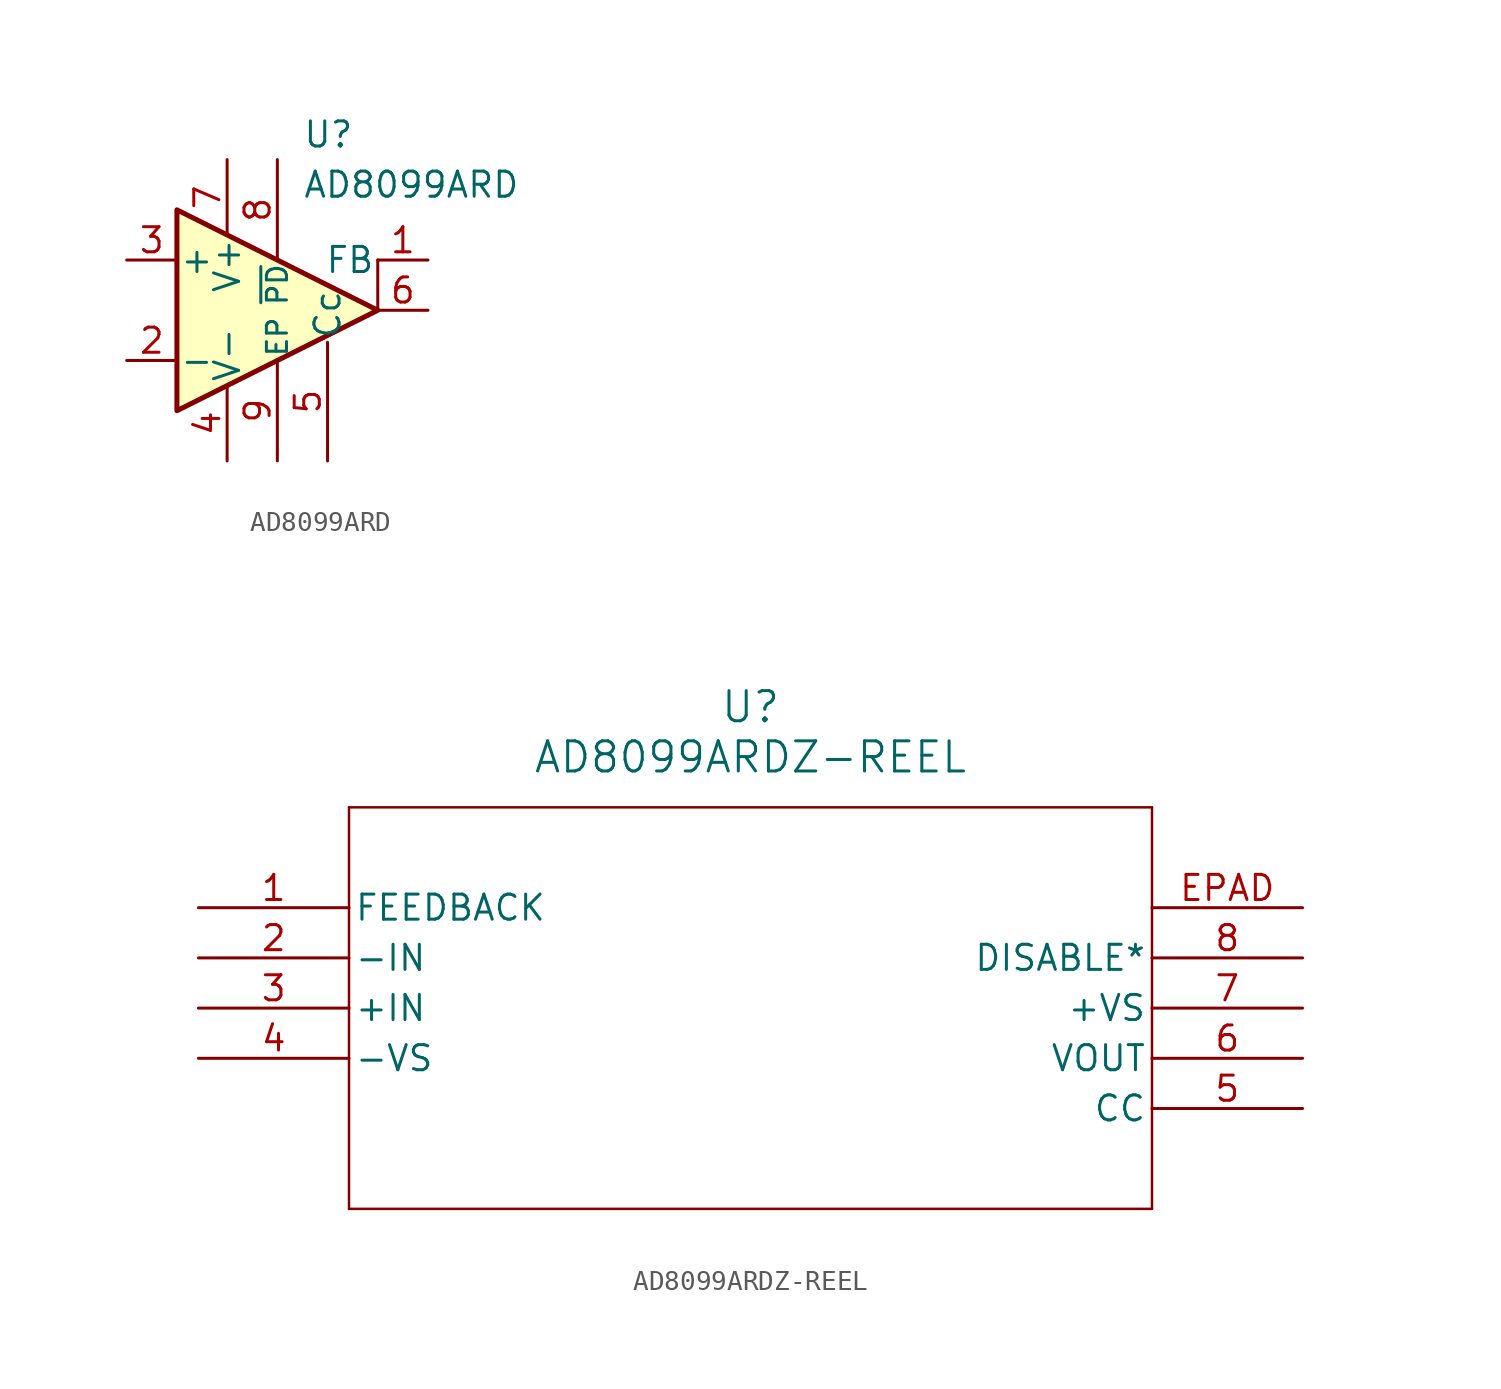
<source format=kicad_sym>
(kicad_symbol_lib
  (version 20220914)
  (generator kicad_symbol_editor)
  (symbol "AD8099ARD"
    (pin_names
      (offset 0.127))
    (property "Reference" "U"
      (at 1.27 8.89 0)
      (effects (font (size 1.27 1.27)) (justify left)))
    (property "Value" "AD8099ARD"
      (at 1.27 6.35 0)
      (effects (font (size 1.27 1.27)) (justify left)))
    (symbol "AD8099ARD_0_0"
      (pin passive line (at 0 -7.62 90) (length 5.08) (name "EP" (effects (font (size 1.016 1.016)))) (number "9" (effects (font (size 1.27 1.27))))))
    (symbol "AD8099ARD_0_1"
      (polyline (pts (xy 5.08 0) (xy 5.08 2.54)) (stroke (width 0.152) (type default)) (fill (type none)))
      (polyline (pts (xy -5.08 5.08) (xy 5.08 0) (xy -5.08 -5.08) (xy -5.08 5.08)) (stroke (width 0.254) (type default)) (fill (type background))))
    (symbol "AD8099ARD_1_0"
      (pin power_in line (at -2.54 7.62 270) (length 3.81) (name "V+" (effects (font (size 1.27 1.27)))) (number "7" (effects (font (size 1.27 1.27)))))
      (pin input line (at 0 7.62 270) (length 5.08) (name "~{PD}" (effects (font (size 1.016 1.016)))) (number "8" (effects (font (size 1.27 1.27))))))
    (symbol "AD8099ARD_1_1"
      (pin output line (at 7.62 2.54 180) (length 2.54) (name "FB" (effects (font (size 1.27 1.27)))) (number "1" (effects (font (size 1.27 1.27)))))
      (pin input line (at -7.62 -2.54 0) (length 2.54) (name "-" (effects (font (size 1.27 1.27)))) (number "2" (effects (font (size 1.27 1.27)))))
      (pin input line (at -7.62 2.54 0) (length 2.54) (name "+" (effects (font (size 1.27 1.27)))) (number "3" (effects (font (size 1.27 1.27)))))
      (pin power_in line (at -2.54 -7.62 90) (length 3.81) (name "V-" (effects (font (size 1.27 1.27)))) (number "4" (effects (font (size 1.27 1.27)))))
      (pin bidirectional line (at 2.54 -7.62 90) (length 6) (name "Cc" (effects (font (size 1.27 1.27)))) (number "5" (effects (font (size 1.27 1.27)))))
      (pin output line (at 7.62 0 180) (length 2.54) (name "~" (effects (font (size 1.27 1.27)))) (number "6" (effects (font (size 1.27 1.27)))))))
  (symbol "AD8099ARDZ-REEL"
    (pin_names
      (offset 0.254))
    (property "Reference" "U"
      (at 27.94 10.16 0)
      (effects (font (size 1.524 1.524))))
    (property "Value" "AD8099ARDZ-REEL"
      (at 27.94 7.62 0)
      (effects (font (size 1.524 1.524))))
    (property "ki_locked" ""
      (at 0 0 0)
      (effects (font (size 1.27 1.27))))
    (symbol "AD8099ARDZ-REEL_0_1"
      (polyline (pts (xy 7.62 -15.24) (xy 48.26 -15.24)) (stroke (width 0.127) (type default)) (fill (type none)))
      (polyline (pts (xy 7.62 5.08) (xy 7.62 -15.24)) (stroke (width 0.127) (type default)) (fill (type none)))
      (polyline (pts (xy 48.26 -15.24) (xy 48.26 5.08)) (stroke (width 0.127) (type default)) (fill (type none)))
      (polyline (pts (xy 48.26 5.08) (xy 7.62 5.08)) (stroke (width 0.127) (type default)) (fill (type none)))
      (pin unspecified line (at 0 0 0) (length 7.62) (name "FEEDBACK" (effects (font (size 1.27 1.27)))) (number "1" (effects (font (size 1.27 1.27)))))
      (pin unspecified line (at 0 -2.54 0) (length 7.62) (name "-IN" (effects (font (size 1.27 1.27)))) (number "2" (effects (font (size 1.27 1.27)))))
      (pin unspecified line (at 0 -5.08 0) (length 7.62) (name "+IN" (effects (font (size 1.27 1.27)))) (number "3" (effects (font (size 1.27 1.27)))))
      (pin power_in line (at 0 -7.62 0) (length 7.62) (name "-VS" (effects (font (size 1.27 1.27)))) (number "4" (effects (font (size 1.27 1.27)))))
      (pin unspecified line (at 55.88 -10.16 180) (length 7.62) (name "CC" (effects (font (size 1.27 1.27)))) (number "5" (effects (font (size 1.27 1.27)))))
      (pin unspecified line (at 55.88 -7.62 180) (length 7.62) (name "VOUT" (effects (font (size 1.27 1.27)))) (number "6" (effects (font (size 1.27 1.27)))))
      (pin power_in line (at 55.88 -5.08 180) (length 7.62) (name "+VS" (effects (font (size 1.27 1.27)))) (number "7" (effects (font (size 1.27 1.27)))))
      (pin unspecified line (at 55.88 -2.54 180) (length 7.62) (name "DISABLE*" (effects (font (size 1.27 1.27)))) (number "8" (effects (font (size 1.27 1.27)))))
      (pin unspecified line (at 55.88 0 180) (length 7.62) (name "" (effects (font (size 1.27 1.27)))) (number "EPAD" (effects (font (size 1.27 1.27))))))))
</source>
